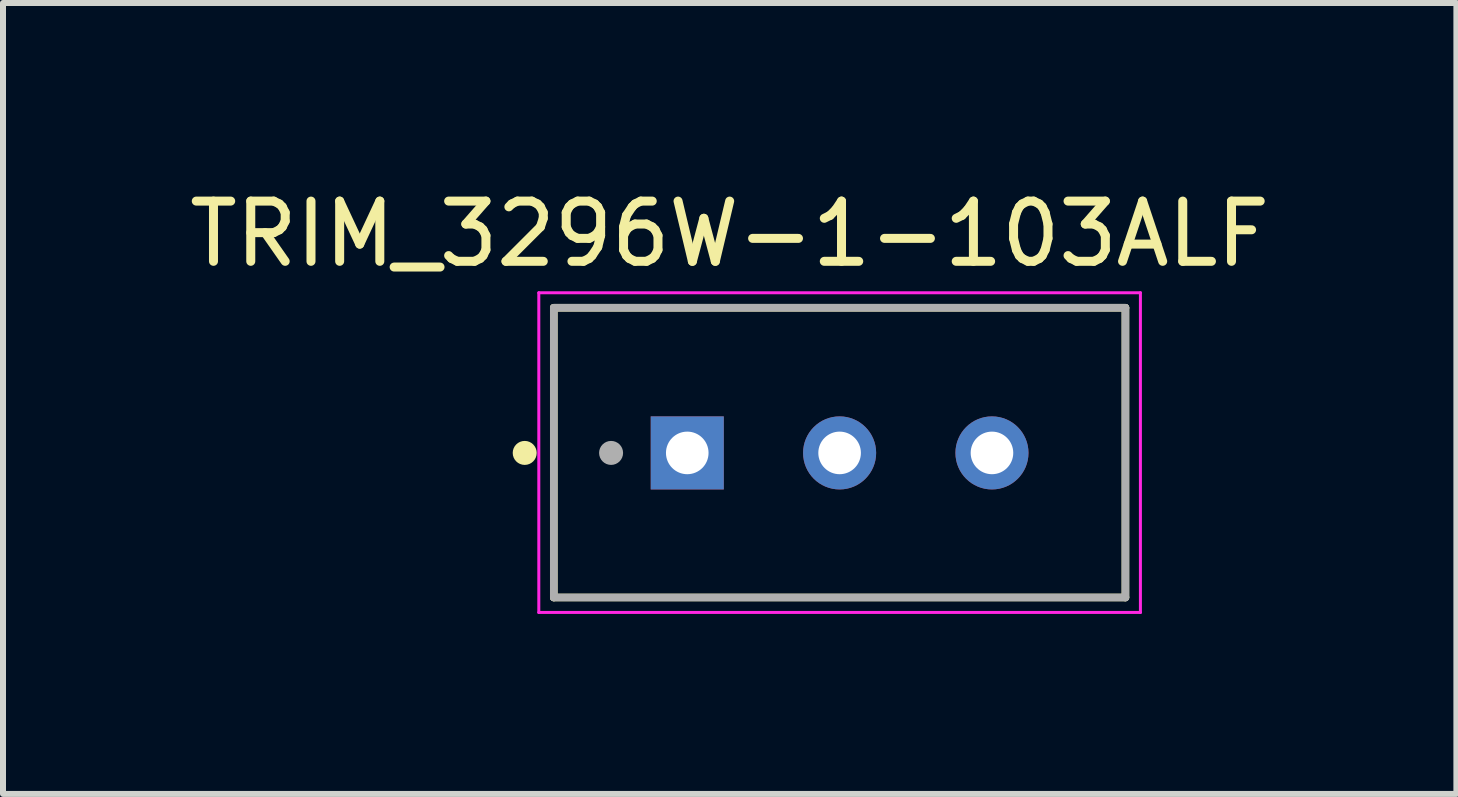
<source format=kicad_pcb>
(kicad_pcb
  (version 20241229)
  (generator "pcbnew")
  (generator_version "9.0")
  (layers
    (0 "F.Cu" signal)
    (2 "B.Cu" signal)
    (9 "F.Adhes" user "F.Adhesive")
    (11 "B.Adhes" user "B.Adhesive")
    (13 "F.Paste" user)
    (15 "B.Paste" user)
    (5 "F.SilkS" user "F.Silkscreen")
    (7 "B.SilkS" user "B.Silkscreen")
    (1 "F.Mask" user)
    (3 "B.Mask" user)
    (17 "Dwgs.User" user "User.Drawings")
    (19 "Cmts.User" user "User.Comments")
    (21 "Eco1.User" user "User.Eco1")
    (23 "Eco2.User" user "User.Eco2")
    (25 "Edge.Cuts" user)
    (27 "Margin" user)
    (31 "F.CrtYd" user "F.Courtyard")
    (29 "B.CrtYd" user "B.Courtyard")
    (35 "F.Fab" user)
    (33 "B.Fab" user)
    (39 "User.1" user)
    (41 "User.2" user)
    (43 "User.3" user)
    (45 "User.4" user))
  (footprint "TRIM_3296W-1-103ALF"
    (layer "F.Cu")
    (at 10.948 4.501)
    (property "Reference" "TRIM_3296W-1-103ALF" (at -1.833 -3.651 0) (layer "F.SilkS") (effects (font (size 1.004 1.004) (thickness 0.15))))
    (attr through_hole)
    (fp_line (start -4.765 -2.42) (end 4.765 -2.42) (stroke (width 0.127) (type solid)) (layer "F.SilkS"))
    (fp_line (start -4.765 2.41) (end -4.765 -2.42) (stroke (width 0.127) (type solid)) (layer "F.SilkS"))
    (fp_line (start 4.765 -2.42) (end 4.765 2.41) (stroke (width 0.127) (type solid)) (layer "F.SilkS"))
    (fp_line (start 4.765 2.41) (end -4.765 2.41) (stroke (width 0.127) (type solid)) (layer "F.SilkS"))
    (fp_circle (center -5.25 0) (end -5.15 0) (stroke (width 0.2) (type solid)) (fill no) (layer "F.SilkS"))
    (fp_line (start -5.015 -2.67) (end 5.015 -2.67) (stroke (width 0.05) (type solid)) (layer "F.CrtYd"))
    (fp_line (start -5.015 2.66) (end -5.015 -2.67) (stroke (width 0.05) (type solid)) (layer "F.CrtYd"))
    (fp_line (start 5.015 -2.67) (end 5.015 2.66) (stroke (width 0.05) (type solid)) (layer "F.CrtYd"))
    (fp_line (start 5.015 2.66) (end -5.015 2.66) (stroke (width 0.05) (type solid)) (layer "F.CrtYd"))
    (fp_line (start -4.765 -2.42) (end 4.765 -2.42) (stroke (width 0.127) (type solid)) (layer "F.Fab"))
    (fp_line (start -4.765 2.41) (end -4.765 -2.42) (stroke (width 0.127) (type solid)) (layer "F.Fab"))
    (fp_line (start 4.765 -2.42) (end 4.765 2.41) (stroke (width 0.127) (type solid)) (layer "F.Fab"))
    (fp_line (start 4.765 2.41) (end -4.765 2.41) (stroke (width 0.127) (type solid)) (layer "F.Fab"))
    (fp_circle (center -3.81 0) (end -3.71 0) (stroke (width 0.2) (type solid)) (fill no) (layer "F.Fab"))
    (pad "1" thru_hole rect (at -2.54 0) (size 1.218 1.218) (drill 0.71) (layers "*.Cu" "*.Mask"))
    (pad "2" thru_hole circle (at 0 0) (size 1.218 1.218) (drill 0.71) (layers "*.Cu" "*.Mask"))
    (pad "3" thru_hole circle (at 2.54 0) (size 1.218 1.218) (drill 0.71) (layers "*.Cu" "*.Mask")))
  (gr_rect
    (start -3 -3)
    (end 21.231 10.186)
    (stroke (width 0.1) (type default))
    (fill no)
    (layer "Edge.Cuts")))
</source>
